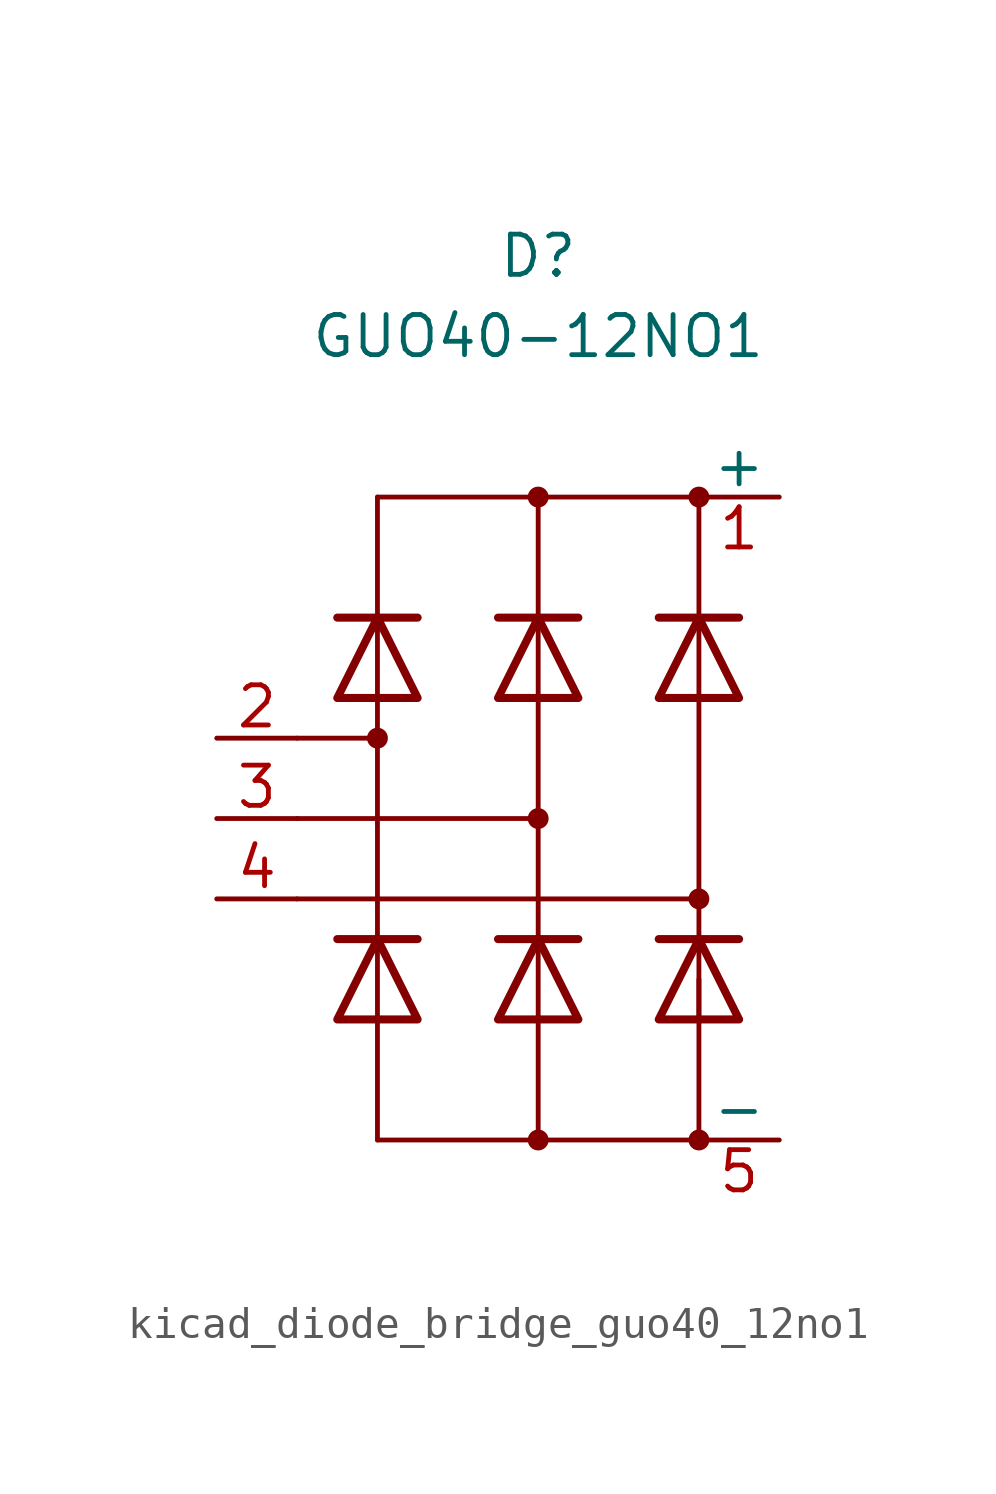
<source format=kicad_sym>
(kicad_symbol_lib
  (version 20220914)
  (generator kicad_symbol_editor)
  (symbol "kicad_diode_bridge_guo40_12no1"
    (pin_names
      (offset 0))
    (property "Reference" "D"
      (at 0 17.78 0)
      (effects (font (size 1.27 1.27))))
    (property "Value" "GUO40-12NO1"
      (at 0 15.24 0)
      (effects (font (size 1.27 1.27))))
    (symbol "kicad_diode_bridge_guo40_12no1_0_1"
      (circle (center -5.08 2.54) (radius 0.254) (stroke (width 0) (type default)) (fill (type outline)))
      (circle (center 0 -10.16) (radius 0.254) (stroke (width 0) (type default)) (fill (type outline)))
      (polyline (pts (xy -7.62 -2.54) (xy 5.08 -2.54)) (stroke (width 0) (type default)) (fill (type none)))
      (polyline (pts (xy -7.62 0) (xy 0 0)) (stroke (width 0) (type default)) (fill (type none)))
      (polyline (pts (xy -7.62 2.54) (xy -5.08 2.54)) (stroke (width 0) (type default)) (fill (type none)))
      (polyline (pts (xy -5.08 -10.16) (xy 5.08 -10.16)) (stroke (width 0) (type default)) (fill (type none)))
      (polyline (pts (xy -5.08 -6.35) (xy -5.08 -10.16)) (stroke (width 0) (type default)) (fill (type none)))
      (polyline (pts (xy -5.08 3.81) (xy -5.08 -3.81)) (stroke (width 0) (type default)) (fill (type none)))
      (polyline (pts (xy -5.08 10.16) (xy -5.08 6.35)) (stroke (width 0) (type default)) (fill (type none)))
      (polyline (pts (xy -5.08 10.16) (xy 5.08 10.16)) (stroke (width 0) (type default)) (fill (type none)))
      (polyline (pts (xy 0 -6.35) (xy 0 -10.16)) (stroke (width 0) (type default)) (fill (type none)))
      (polyline (pts (xy 0 3.81) (xy 0 -3.81)) (stroke (width 0) (type default)) (fill (type none)))
      (polyline (pts (xy 0 6.35) (xy 0 10.16)) (stroke (width 0) (type default)) (fill (type none)))
      (polyline (pts (xy 5.08 -10.16) (xy 5.08 -5.08)) (stroke (width 0) (type default)) (fill (type none)))
      (polyline (pts (xy 5.08 3.81) (xy 5.08 -3.81)) (stroke (width 0) (type default)) (fill (type none)))
      (polyline (pts (xy 5.08 10.16) (xy 5.08 6.35)) (stroke (width 0) (type default)) (fill (type none)))
      (circle (center 0 0) (radius 0.254) (stroke (width 0) (type default)) (fill (type outline)))
      (circle (center 0 10.16) (radius 0.254) (stroke (width 0) (type default)) (fill (type outline)))
      (circle (center 5.08 -10.16) (radius 0.254) (stroke (width 0) (type default)) (fill (type outline)))
      (circle (center 5.08 -2.54) (radius 0.254) (stroke (width 0) (type default)) (fill (type outline)))
      (circle (center 5.08 10.16) (radius 0.254) (stroke (width 0) (type default)) (fill (type outline))))
    (symbol "kicad_diode_bridge_guo40_12no1_1_1"
      (polyline (pts (xy -5.08 -6.35) (xy -5.08 -3.81)) (stroke (width 0) (type default)) (fill (type none)))
      (polyline (pts (xy -5.08 3.81) (xy -5.08 6.35)) (stroke (width 0) (type default)) (fill (type none)))
      (polyline (pts (xy -3.81 -3.81) (xy -6.35 -3.81)) (stroke (width 0.254) (type default)) (fill (type none)))
      (polyline (pts (xy -3.81 6.35) (xy -6.35 6.35)) (stroke (width 0.254) (type default)) (fill (type none)))
      (polyline (pts (xy 0 -6.35) (xy 0 -3.81)) (stroke (width 0) (type default)) (fill (type none)))
      (polyline (pts (xy 0 3.81) (xy 0 6.35)) (stroke (width 0) (type default)) (fill (type none)))
      (polyline (pts (xy 1.27 -3.81) (xy -1.27 -3.81)) (stroke (width 0.254) (type default)) (fill (type none)))
      (polyline (pts (xy 1.27 6.35) (xy -1.27 6.35)) (stroke (width 0.254) (type default)) (fill (type none)))
      (polyline (pts (xy 5.08 -6.35) (xy 5.08 -3.81)) (stroke (width 0) (type default)) (fill (type none)))
      (polyline (pts (xy 5.08 3.81) (xy 5.08 6.35)) (stroke (width 0) (type default)) (fill (type none)))
      (polyline (pts (xy 6.35 -3.81) (xy 3.81 -3.81)) (stroke (width 0.254) (type default)) (fill (type none)))
      (polyline (pts (xy 6.35 6.35) (xy 3.81 6.35)) (stroke (width 0.254) (type default)) (fill (type none)))
      (polyline (pts (xy -3.81 -6.35) (xy -6.35 -6.35) (xy -5.08 -3.81) (xy -3.81 -6.35)) (stroke (width 0.254) (type default)) (fill (type none)))
      (polyline (pts (xy -3.81 3.81) (xy -6.35 3.81) (xy -5.08 6.35) (xy -3.81 3.81)) (stroke (width 0.254) (type default)) (fill (type none)))
      (polyline (pts (xy 1.27 -6.35) (xy -1.27 -6.35) (xy 0 -3.81) (xy 1.27 -6.35)) (stroke (width 0.254) (type default)) (fill (type none)))
      (polyline (pts (xy 1.27 3.81) (xy -1.27 3.81) (xy 0 6.35) (xy 1.27 3.81)) (stroke (width 0.254) (type default)) (fill (type none)))
      (polyline (pts (xy 6.35 -6.35) (xy 3.81 -6.35) (xy 5.08 -3.81) (xy 6.35 -6.35)) (stroke (width 0.254) (type default)) (fill (type none)))
      (polyline (pts (xy 6.35 3.81) (xy 3.81 3.81) (xy 5.08 6.35) (xy 6.35 3.81)) (stroke (width 0.254) (type default)) (fill (type none)))
      (pin passive line (at 7.62 10.16 180) (length 2.54) (name "+" (effects (font (size 1.27 1.27)))) (number "1" (effects (font (size 1.27 1.27)))))
      (pin passive line (at -10.16 2.54 0) (length 2.54) (name "~" (effects (font (size 1.27 1.27)))) (number "2" (effects (font (size 1.27 1.27)))))
      (pin passive line (at -10.16 0 0) (length 2.54) (name "~" (effects (font (size 1.27 1.27)))) (number "3" (effects (font (size 1.27 1.27)))))
      (pin passive line (at -10.16 -2.54 0) (length 2.54) (name "~" (effects (font (size 1.27 1.27)))) (number "4" (effects (font (size 1.27 1.27)))))
      (pin passive line (at 7.62 -10.16 180) (length 2.54) (name "-" (effects (font (size 1.27 1.27)))) (number "5" (effects (font (size 1.27 1.27))))))))
</source>
